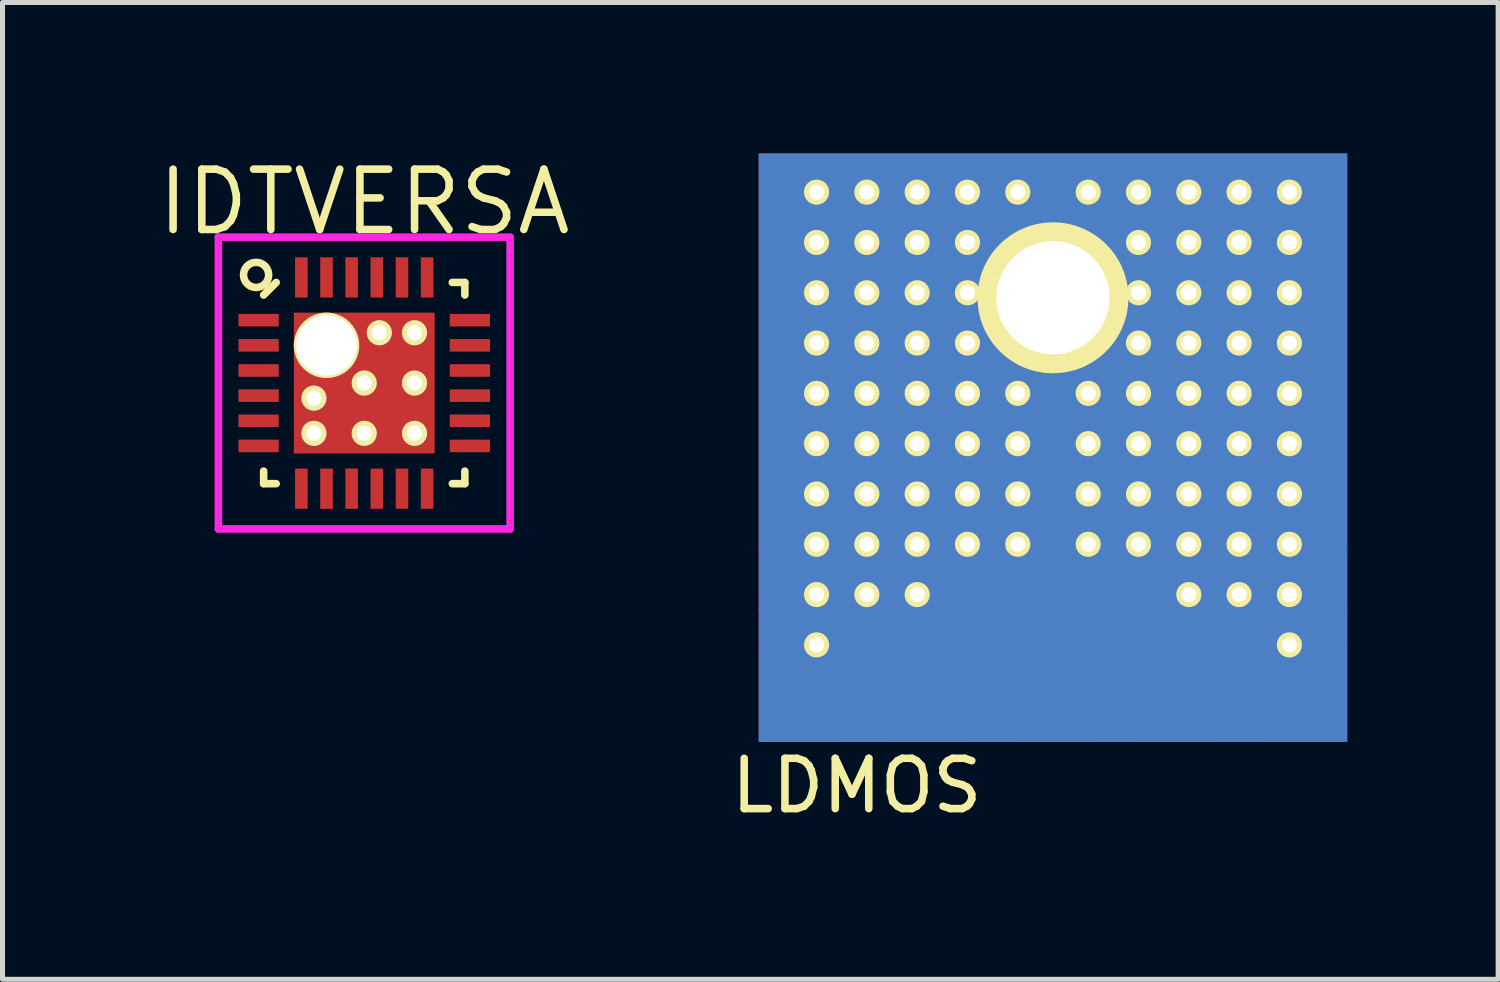
<source format=kicad_pcb>
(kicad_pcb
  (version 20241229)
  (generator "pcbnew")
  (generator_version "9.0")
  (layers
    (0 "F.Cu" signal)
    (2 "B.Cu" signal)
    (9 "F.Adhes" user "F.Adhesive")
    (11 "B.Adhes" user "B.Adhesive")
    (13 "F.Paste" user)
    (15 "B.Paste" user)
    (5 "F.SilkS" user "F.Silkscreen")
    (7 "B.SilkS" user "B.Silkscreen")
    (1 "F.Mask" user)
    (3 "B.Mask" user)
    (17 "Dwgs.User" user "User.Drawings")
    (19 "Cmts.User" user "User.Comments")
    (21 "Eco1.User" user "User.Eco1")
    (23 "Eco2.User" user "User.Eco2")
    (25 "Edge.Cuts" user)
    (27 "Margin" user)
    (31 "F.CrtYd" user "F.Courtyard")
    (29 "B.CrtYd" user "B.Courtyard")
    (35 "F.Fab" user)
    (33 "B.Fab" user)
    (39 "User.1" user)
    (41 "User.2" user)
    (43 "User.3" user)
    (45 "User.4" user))
  (footprint "IDTVERSA"
    (layer "F.Cu")
    (at 4.191 4.565)
    (property "Reference" "IDTVERSA" (at 0 -3.6 0) (layer "F.SilkS") (effects (font (size 1.2 1.2) (thickness 0.15))))
    (attr through_hole)
    (fp_line (start -2 -1.75) (end -1.75 -2) (stroke (width 0.15) (type solid)) (layer "F.SilkS"))
    (fp_line (start -2 2) (end -2 1.75) (stroke (width 0.15) (type solid)) (layer "F.SilkS"))
    (fp_line (start -1.75 2) (end -2 2) (stroke (width 0.15) (type solid)) (layer "F.SilkS"))
    (fp_line (start 1.75 -2) (end 2 -2) (stroke (width 0.15) (type solid)) (layer "F.SilkS"))
    (fp_line (start 1.75 2) (end 2 2) (stroke (width 0.15) (type solid)) (layer "F.SilkS"))
    (fp_line (start 2 -2) (end 2 -1.75) (stroke (width 0.15) (type solid)) (layer "F.SilkS"))
    (fp_line (start 2 2) (end 2 1.75) (stroke (width 0.15) (type solid)) (layer "F.SilkS"))
    (fp_circle (center -2.15 -2.15) (end -2.15 -1.9) (stroke (width 0.15) (type solid)) (fill no) (layer "F.SilkS"))
    (fp_line (start -2.9 -2.9) (end 2.9 -2.9) (stroke (width 0.15) (type solid)) (layer "F.CrtYd"))
    (fp_line (start -2.9 2.9) (end -2.9 -2.9) (stroke (width 0.15) (type solid)) (layer "F.CrtYd"))
    (fp_line (start 2.9 -2.9) (end 2.9 2.9) (stroke (width 0.15) (type solid)) (layer "F.CrtYd"))
    (fp_line (start 2.9 2.9) (end -2.9 2.9) (stroke (width 0.15) (type solid)) (layer "F.CrtYd"))
    (pad "1" smd rect (at -2.1 -1.25 90) (size 0.25 0.8) (layers "F.Cu" "F.Mask" "F.Paste"))
    (pad "2" smd rect (at -2.1 -0.75 90) (size 0.25 0.8) (layers "F.Cu" "F.Mask" "F.Paste"))
    (pad "3" smd rect (at -2.1 -0.25 90) (size 0.25 0.8) (layers "F.Cu" "F.Mask" "F.Paste"))
    (pad "4" smd rect (at -2.1 0.25 90) (size 0.25 0.8) (layers "F.Cu" "F.Mask" "F.Paste"))
    (pad "5" smd rect (at -2.1 0.75 90) (size 0.25 0.8) (layers "F.Cu" "F.Mask" "F.Paste"))
    (pad "6" smd rect (at -2.1 1.25 90) (size 0.25 0.8) (layers "F.Cu" "F.Mask" "F.Paste"))
    (pad "7" smd rect (at -1.25 2.1) (size 0.25 0.8) (layers "F.Cu" "F.Mask" "F.Paste"))
    (pad "8" smd rect (at -0.75 2.1) (size 0.25 0.8) (layers "F.Cu" "F.Mask" "F.Paste"))
    (pad "9" smd rect (at -0.25 2.1) (size 0.25 0.8) (layers "F.Cu" "F.Mask" "F.Paste"))
    (pad "10" smd rect (at 0.25 2.1) (size 0.25 0.8) (layers "F.Cu" "F.Mask" "F.Paste"))
    (pad "11" smd rect (at 0.75 2.1) (size 0.25 0.8) (layers "F.Cu" "F.Mask" "F.Paste"))
    (pad "12" smd rect (at 1.25 2.1) (size 0.25 0.8) (layers "F.Cu" "F.Mask" "F.Paste"))
    (pad "13" smd rect (at 2.1 1.25 90) (size 0.25 0.8) (layers "F.Cu" "F.Mask" "F.Paste"))
    (pad "14" smd rect (at 2.1 0.75 90) (size 0.25 0.8) (layers "F.Cu" "F.Mask" "F.Paste"))
    (pad "15" smd rect (at 2.1 0.25 90) (size 0.25 0.8) (layers "F.Cu" "F.Mask" "F.Paste"))
    (pad "16" smd rect (at 2.1 -0.25 90) (size 0.25 0.8) (layers "F.Cu" "F.Mask" "F.Paste"))
    (pad "17" smd rect (at 2.1 -0.75 90) (size 0.25 0.8) (layers "F.Cu" "F.Mask" "F.Paste"))
    (pad "18" smd rect (at 2.1 -1.25 90) (size 0.25 0.8) (layers "F.Cu" "F.Mask" "F.Paste"))
    (pad "19" smd rect (at 1.25 -2.1) (size 0.25 0.8) (layers "F.Cu" "F.Mask" "F.Paste"))
    (pad "20" smd rect (at 0.75 -2.1) (size 0.25 0.8) (layers "F.Cu" "F.Mask" "F.Paste"))
    (pad "21" smd rect (at 0.25 -2.1) (size 0.25 0.8) (layers "F.Cu" "F.Mask" "F.Paste"))
    (pad "22" smd rect (at -0.25 -2.1) (size 0.25 0.8) (layers "F.Cu" "F.Mask" "F.Paste"))
    (pad "23" smd rect (at -0.75 -2.1) (size 0.25 0.8) (layers "F.Cu" "F.Mask" "F.Paste"))
    (pad "24" smd rect (at -1.25 -2.1) (size 0.25 0.8) (layers "F.Cu" "F.Mask" "F.Paste"))
    (pad "25" thru_hole circle (at -1 0.3) (size 0.5 0.5) (drill 0.3) (layers "*.Cu" "*.Mask" "F.SilkS"))
    (pad "25" thru_hole circle (at -1 1) (size 0.5 0.5) (drill 0.3) (layers "*.Cu" "*.Mask" "F.SilkS"))
    (pad "25" thru_hole circle (at -0.75 -0.75) (size 1.3 1.3) (drill 1.2) (layers "*.Cu" "*.Mask" "F.SilkS"))
    (pad "25" smd rect (at -0.7 -0.7) (size 1 1) (layers "F.Cu" "F.Mask" "F.Paste"))
    (pad "25" smd rect (at -0.7 0.7) (size 1 1) (layers "F.Cu" "F.Mask" "F.Paste"))
    (pad "25" thru_hole circle (at 0 0) (size 0.5 0.5) (drill 0.3) (layers "*.Cu" "*.Mask" "F.SilkS"))
    (pad "25" smd rect (at 0 0) (size 2.8 2.8) (layers "F.Cu" "F.Mask"))
    (pad "25" thru_hole circle (at 0 1) (size 0.5 0.5) (drill 0.3) (layers "*.Cu" "*.Mask" "F.SilkS"))
    (pad "25" thru_hole circle (at 0.3 -1) (size 0.5 0.5) (drill 0.3) (layers "*.Cu" "*.Mask" "F.SilkS"))
    (pad "25" smd rect (at 0.7 -0.7) (size 1 1) (layers "F.Cu" "F.Mask" "F.Paste"))
    (pad "25" smd rect (at 0.7 0.7) (size 1 1) (layers "F.Cu" "F.Mask" "F.Paste"))
    (pad "25" thru_hole circle (at 1 -1) (size 0.5 0.5) (drill 0.3) (layers "*.Cu" "*.Mask" "F.SilkS"))
    (pad "25" thru_hole circle (at 1 0) (size 0.5 0.5) (drill 0.3) (layers "*.Cu" "*.Mask" "F.SilkS"))
    (pad "25" thru_hole circle (at 1 1) (size 0.5 0.5) (drill 0.3) (layers "*.Cu" "*.Mask" "F.SilkS")))
  (footprint "LDMOS"
    (layer "F.Cu")
    (at 17.883 9.07)
    (property "Reference" "LDMOS" (at -3.9 3.5 0) (layer "F.SilkS") (effects (font (size 1 1) (thickness 0.15))))
    (attr through_hole)
    (pad "1" smd rect (at -2.5 1.63 180) (size 1.7 2) (layers "F.Cu" "F.Mask" "F.Paste"))
    (pad "1" smd rect (at -1.7 0.63 45) (size 0.5 0.5) (layers "F.Cu" "F.Mask" "F.Paste"))
    (pad "1" smd rect (at -1.5 0) (size 0.7 1.25) (layers "F.Cu" "F.Mask" "F.Paste"))
    (pad "2" smd rect (at -5 0.3) (size 1.7 0.7) (layers "F.Cu" "F.Mask" "F.Paste"))
    (pad "2" smd rect (at -5 1.63 180) (size 1.7 2) (layers "F.Cu" "F.Mask" "F.Paste"))
    (pad "2" thru_hole circle (at -4.7 -8.3) (size 0.5 0.5) (drill 0.3) (layers "*.Cu" "*.Mask" "F.SilkS"))
    (pad "2" thru_hole circle (at -4.7 -7.3) (size 0.5 0.5) (drill 0.3) (layers "*.Cu" "*.Mask" "F.SilkS"))
    (pad "2" thru_hole circle (at -4.7 -6.3) (size 0.5 0.5) (drill 0.3) (layers "*.Cu" "*.Mask" "F.SilkS"))
    (pad "2" thru_hole circle (at -4.7 -5.3) (size 0.5 0.5) (drill 0.3) (layers "*.Cu" "*.Mask" "F.SilkS"))
    (pad "2" thru_hole circle (at -4.7 -4.3) (size 0.5 0.5) (drill 0.3) (layers "*.Cu" "*.Mask" "F.SilkS"))
    (pad "2" thru_hole circle (at -4.7 -3.3) (size 0.5 0.5) (drill 0.3) (layers "*.Cu" "*.Mask" "F.SilkS"))
    (pad "2" thru_hole circle (at -4.7 -2.3) (size 0.5 0.5) (drill 0.3) (layers "*.Cu" "*.Mask" "F.SilkS"))
    (pad "2" thru_hole circle (at -4.7 -1.3) (size 0.5 0.5) (drill 0.3) (layers "*.Cu" "*.Mask" "F.SilkS"))
    (pad "2" thru_hole circle (at -4.7 -0.3) (size 0.5 0.5) (drill 0.3) (layers "*.Cu" "*.Mask" "F.SilkS"))
    (pad "2" thru_hole circle (at -4.7 0.7) (size 0.5 0.5) (drill 0.3) (layers "*.Cu" "*.Mask" "F.SilkS"))
    (pad "2" smd rect (at -4.1 -0.6) (size 3.5 1.2) (layers "F.Cu" "F.Mask" "F.Paste"))
    (pad "2" thru_hole circle (at -3.7 -8.3) (size 0.5 0.5) (drill 0.3) (layers "*.Cu" "*.Mask" "F.SilkS"))
    (pad "2" thru_hole circle (at -3.7 -7.3) (size 0.5 0.5) (drill 0.3) (layers "*.Cu" "*.Mask" "F.SilkS"))
    (pad "2" thru_hole circle (at -3.7 -6.3) (size 0.5 0.5) (drill 0.3) (layers "*.Cu" "*.Mask" "F.SilkS"))
    (pad "2" thru_hole circle (at -3.7 -5.3) (size 0.5 0.5) (drill 0.3) (layers "*.Cu" "*.Mask" "F.SilkS"))
    (pad "2" thru_hole circle (at -3.7 -4.3) (size 0.5 0.5) (drill 0.3) (layers "*.Cu" "*.Mask" "F.SilkS"))
    (pad "2" thru_hole circle (at -3.7 -3.3) (size 0.5 0.5) (drill 0.3) (layers "*.Cu" "*.Mask" "F.SilkS"))
    (pad "2" thru_hole circle (at -3.7 -2.3) (size 0.5 0.5) (drill 0.3) (layers "*.Cu" "*.Mask" "F.SilkS"))
    (pad "2" thru_hole circle (at -3.7 -1.3) (size 0.5 0.5) (drill 0.3) (layers "*.Cu" "*.Mask" "F.SilkS"))
    (pad "2" thru_hole circle (at -3.7 -0.3) (size 0.5 0.5) (drill 0.3) (layers "*.Cu" "*.Mask" "F.SilkS"))
    (pad "2" thru_hole circle (at -2.7 -8.3) (size 0.5 0.5) (drill 0.3) (layers "*.Cu" "*.Mask" "F.SilkS"))
    (pad "2" thru_hole circle (at -2.7 -7.3) (size 0.5 0.5) (drill 0.3) (layers "*.Cu" "*.Mask" "F.SilkS"))
    (pad "2" thru_hole circle (at -2.7 -6.3) (size 0.5 0.5) (drill 0.3) (layers "*.Cu" "*.Mask" "F.SilkS"))
    (pad "2" thru_hole circle (at -2.7 -5.3) (size 0.5 0.5) (drill 0.3) (layers "*.Cu" "*.Mask" "F.SilkS"))
    (pad "2" thru_hole circle (at -2.7 -4.3) (size 0.5 0.5) (drill 0.3) (layers "*.Cu" "*.Mask" "F.SilkS"))
    (pad "2" thru_hole circle (at -2.7 -3.3) (size 0.5 0.5) (drill 0.3) (layers "*.Cu" "*.Mask" "F.SilkS"))
    (pad "2" thru_hole circle (at -2.7 -2.3) (size 0.5 0.5) (drill 0.3) (layers "*.Cu" "*.Mask" "F.SilkS"))
    (pad "2" thru_hole circle (at -2.7 -1.3) (size 0.5 0.5) (drill 0.3) (layers "*.Cu" "*.Mask" "F.SilkS"))
    (pad "2" thru_hole circle (at -2.7 -0.3) (size 0.5 0.5) (drill 0.3) (layers "*.Cu" "*.Mask" "F.SilkS"))
    (pad "2" thru_hole circle (at -1.7 -8.3) (size 0.5 0.5) (drill 0.3) (layers "*.Cu" "*.Mask" "F.SilkS"))
    (pad "2" thru_hole circle (at -1.7 -7.3) (size 0.5 0.5) (drill 0.3) (layers "*.Cu" "*.Mask" "F.SilkS"))
    (pad "2" thru_hole circle (at -1.7 -6.3) (size 0.5 0.5) (drill 0.3) (layers "*.Cu" "*.Mask" "F.SilkS"))
    (pad "2" thru_hole circle (at -1.7 -5.3) (size 0.5 0.5) (drill 0.3) (layers "*.Cu" "*.Mask" "F.SilkS"))
    (pad "2" thru_hole circle (at -1.7 -4.3) (size 0.5 0.5) (drill 0.3) (layers "*.Cu" "*.Mask" "F.SilkS"))
    (pad "2" thru_hole circle (at -1.7 -3.3) (size 0.5 0.5) (drill 0.3) (layers "*.Cu" "*.Mask" "F.SilkS"))
    (pad "2" thru_hole circle (at -1.7 -2.3) (size 0.5 0.5) (drill 0.3) (layers "*.Cu" "*.Mask" "F.SilkS"))
    (pad "2" thru_hole circle (at -1.7 -1.3) (size 0.5 0.5) (drill 0.3) (layers "*.Cu" "*.Mask" "F.SilkS"))
    (pad "2" thru_hole circle (at -0.7 -8.3) (size 0.5 0.5) (drill 0.3) (layers "*.Cu" "*.Mask" "F.SilkS"))
    (pad "2" thru_hole circle (at -0.7 -4.3) (size 0.5 0.5) (drill 0.3) (layers "*.Cu" "*.Mask" "F.SilkS"))
    (pad "2" thru_hole circle (at -0.7 -3.3) (size 0.5 0.5) (drill 0.3) (layers "*.Cu" "*.Mask" "F.SilkS"))
    (pad "2" thru_hole circle (at -0.7 -2.3) (size 0.5 0.5) (drill 0.3) (layers "*.Cu" "*.Mask" "F.SilkS"))
    (pad "2" thru_hole circle (at -0.7 -1.3) (size 0.5 0.5) (drill 0.3) (layers "*.Cu" "*.Mask" "F.SilkS"))
    (pad "2" thru_hole circle (at 0 -6.2 45) (size 3 3) (drill 2.25) (layers "*.Cu" "*.Mask" "F.SilkS"))
    (pad "2" smd rect (at 0 -5.1) (size 11.7 7.94) (layers "F.Cu" "F.Mask" "F.Paste"))
    (pad "2" smd rect (at 0 -3.22) (size 11.7 11.7) (layers "B.Cu" "B.Mask" "B.Paste"))
    (pad "2" smd rect (at 0 -2.388 180) (size 1.9 2.475) (layers "F.Cu" "F.Mask" "F.Paste"))
    (pad "2" smd trapezoid (at 0 -0.887 180) (size 1.375 0.525) (rect_delta 0 0.525) (layers "F.Cu" "F.Mask" "F.Paste"))
    (pad "2" smd rect (at 0 0) (size 0.7 1.25) (layers "F.Cu" "F.Mask" "F.Paste"))
    (pad "2" smd trapezoid (at 0 0.88) (size 1.2 0.5) (rect_delta 0 0.5) (layers "F.Cu" "F.Mask" "F.Paste"))
    (pad "2" smd rect (at 0 1.88) (size 1.7 1.5) (layers "F.Cu" "F.Mask" "F.Paste"))
    (pad "2" thru_hole circle (at 0.7 -8.3) (size 0.5 0.5) (drill 0.3) (layers "*.Cu" "*.Mask" "F.SilkS"))
    (pad "2" thru_hole circle (at 0.7 -4.3) (size 0.5 0.5) (drill 0.3) (layers "*.Cu" "*.Mask" "F.SilkS"))
    (pad "2" thru_hole circle (at 0.7 -3.3) (size 0.5 0.5) (drill 0.3) (layers "*.Cu" "*.Mask" "F.SilkS"))
    (pad "2" thru_hole circle (at 0.7 -2.3) (size 0.5 0.5) (drill 0.3) (layers "*.Cu" "*.Mask" "F.SilkS"))
    (pad "2" thru_hole circle (at 0.7 -1.3) (size 0.5 0.5) (drill 0.3) (layers "*.Cu" "*.Mask" "F.SilkS"))
    (pad "2" thru_hole circle (at 1.7 -8.3) (size 0.5 0.5) (drill 0.3) (layers "*.Cu" "*.Mask" "F.SilkS"))
    (pad "2" thru_hole circle (at 1.7 -7.3) (size 0.5 0.5) (drill 0.3) (layers "*.Cu" "*.Mask" "F.SilkS"))
    (pad "2" thru_hole circle (at 1.7 -6.3) (size 0.5 0.5) (drill 0.3) (layers "*.Cu" "*.Mask" "F.SilkS"))
    (pad "2" thru_hole circle (at 1.7 -5.3) (size 0.5 0.5) (drill 0.3) (layers "*.Cu" "*.Mask" "F.SilkS"))
    (pad "2" thru_hole circle (at 1.7 -4.3) (size 0.5 0.5) (drill 0.3) (layers "*.Cu" "*.Mask" "F.SilkS"))
    (pad "2" thru_hole circle (at 1.7 -3.3) (size 0.5 0.5) (drill 0.3) (layers "*.Cu" "*.Mask" "F.SilkS"))
    (pad "2" thru_hole circle (at 1.7 -2.3) (size 0.5 0.5) (drill 0.3) (layers "*.Cu" "*.Mask" "F.SilkS"))
    (pad "2" thru_hole circle (at 1.7 -1.3) (size 0.5 0.5) (drill 0.3) (layers "*.Cu" "*.Mask" "F.SilkS"))
    (pad "2" thru_hole circle (at 2.7 -8.3) (size 0.5 0.5) (drill 0.3) (layers "*.Cu" "*.Mask" "F.SilkS"))
    (pad "2" thru_hole circle (at 2.7 -7.3) (size 0.5 0.5) (drill 0.3) (layers "*.Cu" "*.Mask" "F.SilkS"))
    (pad "2" thru_hole circle (at 2.7 -6.3) (size 0.5 0.5) (drill 0.3) (layers "*.Cu" "*.Mask" "F.SilkS"))
    (pad "2" thru_hole circle (at 2.7 -5.3) (size 0.5 0.5) (drill 0.3) (layers "*.Cu" "*.Mask" "F.SilkS"))
    (pad "2" thru_hole circle (at 2.7 -4.3) (size 0.5 0.5) (drill 0.3) (layers "*.Cu" "*.Mask" "F.SilkS"))
    (pad "2" thru_hole circle (at 2.7 -3.3) (size 0.5 0.5) (drill 0.3) (layers "*.Cu" "*.Mask" "F.SilkS"))
    (pad "2" thru_hole circle (at 2.7 -2.3) (size 0.5 0.5) (drill 0.3) (layers "*.Cu" "*.Mask" "F.SilkS"))
    (pad "2" thru_hole circle (at 2.7 -1.3) (size 0.5 0.5) (drill 0.3) (layers "*.Cu" "*.Mask" "F.SilkS"))
    (pad "2" thru_hole circle (at 2.7 -0.3) (size 0.5 0.5) (drill 0.3) (layers "*.Cu" "*.Mask" "F.SilkS"))
    (pad "2" thru_hole circle (at 3.7 -8.3) (size 0.5 0.5) (drill 0.3) (layers "*.Cu" "*.Mask" "F.SilkS"))
    (pad "2" thru_hole circle (at 3.7 -7.3) (size 0.5 0.5) (drill 0.3) (layers "*.Cu" "*.Mask" "F.SilkS"))
    (pad "2" thru_hole circle (at 3.7 -6.3) (size 0.5 0.5) (drill 0.3) (layers "*.Cu" "*.Mask" "F.SilkS"))
    (pad "2" thru_hole circle (at 3.7 -5.3) (size 0.5 0.5) (drill 0.3) (layers "*.Cu" "*.Mask" "F.SilkS"))
    (pad "2" thru_hole circle (at 3.7 -4.3) (size 0.5 0.5) (drill 0.3) (layers "*.Cu" "*.Mask" "F.SilkS"))
    (pad "2" thru_hole circle (at 3.7 -3.3) (size 0.5 0.5) (drill 0.3) (layers "*.Cu" "*.Mask" "F.SilkS"))
    (pad "2" thru_hole circle (at 3.7 -2.3) (size 0.5 0.5) (drill 0.3) (layers "*.Cu" "*.Mask" "F.SilkS"))
    (pad "2" thru_hole circle (at 3.7 -1.3) (size 0.5 0.5) (drill 0.3) (layers "*.Cu" "*.Mask" "F.SilkS"))
    (pad "2" thru_hole circle (at 3.7 -0.3) (size 0.5 0.5) (drill 0.3) (layers "*.Cu" "*.Mask" "F.SilkS"))
    (pad "2" smd rect (at 4.1 -0.6) (size 3.5 1.2) (layers "F.Cu" "F.Mask" "F.Paste"))
    (pad "2" thru_hole circle (at 4.7 -8.3) (size 0.5 0.5) (drill 0.3) (layers "*.Cu" "*.Mask" "F.SilkS"))
    (pad "2" thru_hole circle (at 4.7 -7.3) (size 0.5 0.5) (drill 0.3) (layers "*.Cu" "*.Mask" "F.SilkS"))
    (pad "2" thru_hole circle (at 4.7 -6.3) (size 0.5 0.5) (drill 0.3) (layers "*.Cu" "*.Mask" "F.SilkS"))
    (pad "2" thru_hole circle (at 4.7 -5.3) (size 0.5 0.5) (drill 0.3) (layers "*.Cu" "*.Mask" "F.SilkS"))
    (pad "2" thru_hole circle (at 4.7 -4.3) (size 0.5 0.5) (drill 0.3) (layers "*.Cu" "*.Mask" "F.SilkS"))
    (pad "2" thru_hole circle (at 4.7 -3.3) (size 0.5 0.5) (drill 0.3) (layers "*.Cu" "*.Mask" "F.SilkS"))
    (pad "2" thru_hole circle (at 4.7 -2.3) (size 0.5 0.5) (drill 0.3) (layers "*.Cu" "*.Mask" "F.SilkS"))
    (pad "2" thru_hole circle (at 4.7 -1.3) (size 0.5 0.5) (drill 0.3) (layers "*.Cu" "*.Mask" "F.SilkS"))
    (pad "2" thru_hole circle (at 4.7 -0.3) (size 0.5 0.5) (drill 0.3) (layers "*.Cu" "*.Mask" "F.SilkS"))
    (pad "2" thru_hole circle (at 4.7 0.7) (size 0.5 0.5) (drill 0.3) (layers "*.Cu" "*.Mask" "F.SilkS"))
    (pad "2" smd rect (at 5 0.3) (size 1.7 0.7) (layers "F.Cu" "F.Mask" "F.Paste"))
    (pad "2" smd rect (at 5 1.63 180) (size 1.7 2) (layers "F.Cu" "F.Mask" "F.Paste"))
    (pad "3" smd rect (at 1.5 0) (size 0.7 1.25) (layers "F.Cu" "F.Mask" "F.Paste"))
    (pad "3" smd rect (at 1.7 0.63 45) (size 0.5 0.5) (layers "F.Cu" "F.Mask" "F.Paste"))
    (pad "3" smd rect (at 2.5 1.63 180) (size 1.7 2) (layers "F.Cu" "F.Mask" "F.Paste")))
  (gr_rect
    (start -3 -3)
    (end 26.733 16.418)
    (stroke (width 0.1) (type default))
    (fill no)
    (layer "Edge.Cuts")))
</source>
